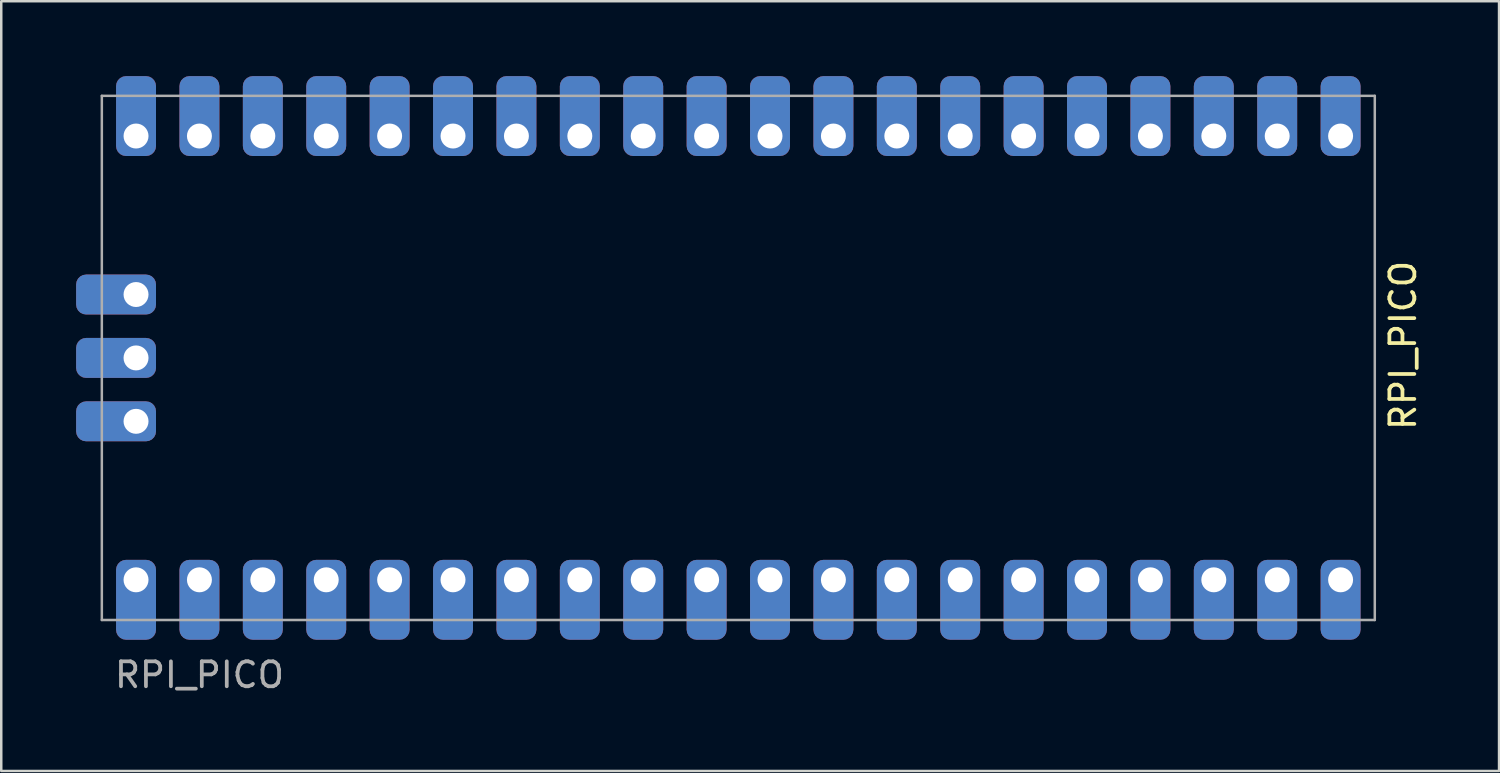
<source format=kicad_pcb>
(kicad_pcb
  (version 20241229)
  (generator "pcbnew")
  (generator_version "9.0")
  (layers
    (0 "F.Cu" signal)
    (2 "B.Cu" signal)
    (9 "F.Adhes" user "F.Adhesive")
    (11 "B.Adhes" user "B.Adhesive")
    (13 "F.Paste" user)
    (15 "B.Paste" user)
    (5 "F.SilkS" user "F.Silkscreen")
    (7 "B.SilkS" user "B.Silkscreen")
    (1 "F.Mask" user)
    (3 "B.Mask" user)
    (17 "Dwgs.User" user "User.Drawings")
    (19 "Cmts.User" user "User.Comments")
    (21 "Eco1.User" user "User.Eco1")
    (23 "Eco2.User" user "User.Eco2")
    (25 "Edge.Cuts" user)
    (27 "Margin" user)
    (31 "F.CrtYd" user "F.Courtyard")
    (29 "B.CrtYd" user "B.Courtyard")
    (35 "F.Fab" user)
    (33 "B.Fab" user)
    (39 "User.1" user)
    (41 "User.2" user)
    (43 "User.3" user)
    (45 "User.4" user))
  (footprint "RPI_PICO"
    (layer "F.Cu")
    (at 27.8 11.29)
    (property "Reference" "RPI_PICO" (at 25.36 -0.5 90) (unlocked yes) (layer "F.SilkS") (effects (font (size 1 1) (thickness 0.15))))
    (attr through_hole)
    (fp_line (start -26.77 -10.5) (end -26.77 10.5) (stroke (width 0.1) (type solid)) (layer "F.Fab"))
    (fp_line (start -26.77 10.5) (end 24.23 10.5) (stroke (width 0.1) (type solid)) (layer "F.Fab"))
    (fp_line (start 24.23 -10.5) (end -26.77 -10.5) (stroke (width 0.1) (type solid)) (layer "F.Fab"))
    (fp_line (start 24.23 10.5) (end 24.23 -10.5) (stroke (width 0.1) (type solid)) (layer "F.Fab"))
    (fp_text user "${REFERENCE}" (at -22.86 12.7 0) (unlocked yes) (layer "F.Fab") (effects (font (size 1 1) (thickness 0.15))))
    (pad "1" thru_hole roundrect (at 22.86 -8.89 180) (size 1.6 3.2) (drill 1 (offset 0 0.8)) (layers "*.Cu" "*.Mask") (roundrect_rratio 0.25))
    (pad "2" thru_hole roundrect (at 20.32 -8.89 180) (size 1.6 3.2) (drill 1 (offset 0 0.8)) (layers "*.Cu" "*.Mask") (roundrect_rratio 0.25))
    (pad "3" thru_hole roundrect (at 17.78 -8.89 180) (size 1.6 3.2) (drill 1 (offset 0 0.8)) (layers "*.Cu" "*.Mask") (roundrect_rratio 0.25))
    (pad "4" thru_hole roundrect (at 15.24 -8.89 180) (size 1.6 3.2) (drill 1 (offset 0 0.8)) (layers "*.Cu" "*.Mask") (roundrect_rratio 0.25))
    (pad "5" thru_hole roundrect (at 12.7 -8.89 180) (size 1.6 3.2) (drill 1 (offset 0 0.8)) (layers "*.Cu" "*.Mask") (roundrect_rratio 0.25))
    (pad "6" thru_hole roundrect (at 10.16 -8.89 180) (size 1.6 3.2) (drill 1 (offset 0 0.8)) (layers "*.Cu" "*.Mask") (roundrect_rratio 0.25))
    (pad "7" thru_hole roundrect (at 7.62 -8.89 180) (size 1.6 3.2) (drill 1 (offset 0 0.8)) (layers "*.Cu" "*.Mask") (roundrect_rratio 0.25))
    (pad "8" thru_hole roundrect (at 5.08 -8.89 180) (size 1.6 3.2) (drill 1 (offset 0 0.8)) (layers "*.Cu" "*.Mask") (roundrect_rratio 0.25))
    (pad "9" thru_hole roundrect (at 2.54 -8.89 180) (size 1.6 3.2) (drill 1 (offset 0 0.8)) (layers "*.Cu" "*.Mask") (roundrect_rratio 0.25))
    (pad "10" thru_hole roundrect (at 0 -8.89 180) (size 1.6 3.2) (drill 1 (offset 0 0.8)) (layers "*.Cu" "*.Mask") (roundrect_rratio 0.25))
    (pad "11" thru_hole roundrect (at -2.54 -8.89 180) (size 1.6 3.2) (drill 1 (offset 0 0.8)) (layers "*.Cu" "*.Mask") (roundrect_rratio 0.25))
    (pad "12" thru_hole roundrect (at -5.08 -8.89 180) (size 1.6 3.2) (drill 1 (offset 0 0.8)) (layers "*.Cu" "*.Mask") (roundrect_rratio 0.25))
    (pad "13" thru_hole roundrect (at -7.62 -8.89 180) (size 1.6 3.2) (drill 1 (offset 0 0.8)) (layers "*.Cu" "*.Mask") (roundrect_rratio 0.25))
    (pad "14" thru_hole roundrect (at -10.16 -8.89 180) (size 1.6 3.2) (drill 1 (offset 0 0.8)) (layers "*.Cu" "*.Mask") (roundrect_rratio 0.25))
    (pad "15" thru_hole roundrect (at -12.7 -8.89 180) (size 1.6 3.2) (drill 1 (offset 0 0.8)) (layers "*.Cu" "*.Mask") (roundrect_rratio 0.25))
    (pad "16" thru_hole roundrect (at -15.24 -8.89 180) (size 1.6 3.2) (drill 1 (offset 0 0.8)) (layers "*.Cu" "*.Mask") (roundrect_rratio 0.25))
    (pad "17" thru_hole roundrect (at -17.78 -8.89 180) (size 1.6 3.2) (drill 1 (offset 0 0.8)) (layers "*.Cu" "*.Mask") (roundrect_rratio 0.25))
    (pad "18" thru_hole roundrect (at -20.32 -8.89 180) (size 1.6 3.2) (drill 1 (offset 0 0.8)) (layers "*.Cu" "*.Mask") (roundrect_rratio 0.25))
    (pad "19" thru_hole roundrect (at -22.86 -8.89 180) (size 1.6 3.2) (drill 1 (offset 0 0.8)) (layers "*.Cu" "*.Mask") (roundrect_rratio 0.25))
    (pad "20" thru_hole roundrect (at -25.4 -8.89 180) (size 1.6 3.2) (drill 1 (offset 0 0.8)) (layers "*.Cu" "*.Mask") (roundrect_rratio 0.25))
    (pad "21" thru_hole roundrect (at -25.4 8.89) (size 1.6 3.2) (drill 1 (offset 0 0.8)) (layers "*.Cu" "*.Mask") (roundrect_rratio 0.25))
    (pad "22" thru_hole roundrect (at -22.86 8.89) (size 1.6 3.2) (drill 1 (offset 0 0.8)) (layers "*.Cu" "*.Mask") (roundrect_rratio 0.25))
    (pad "23" thru_hole roundrect (at -20.32 8.89) (size 1.6 3.2) (drill 1 (offset 0 0.8)) (layers "*.Cu" "*.Mask") (roundrect_rratio 0.25))
    (pad "24" thru_hole roundrect (at -17.78 8.89) (size 1.6 3.2) (drill 1 (offset 0 0.8)) (layers "*.Cu" "*.Mask") (roundrect_rratio 0.25))
    (pad "25" thru_hole roundrect (at -15.24 8.89) (size 1.6 3.2) (drill 1 (offset 0 0.8)) (layers "*.Cu" "*.Mask") (roundrect_rratio 0.25))
    (pad "26" thru_hole roundrect (at -12.7 8.89) (size 1.6 3.2) (drill 1 (offset 0 0.8)) (layers "*.Cu" "*.Mask") (roundrect_rratio 0.25))
    (pad "27" thru_hole roundrect (at -10.16 8.89) (size 1.6 3.2) (drill 1 (offset 0 0.8)) (layers "*.Cu" "*.Mask") (roundrect_rratio 0.25))
    (pad "28" thru_hole roundrect (at -7.62 8.89) (size 1.6 3.2) (drill 1 (offset 0 0.8)) (layers "*.Cu" "*.Mask") (roundrect_rratio 0.25))
    (pad "29" thru_hole roundrect (at -5.08 8.89) (size 1.6 3.2) (drill 1 (offset 0 0.8)) (layers "*.Cu" "*.Mask") (roundrect_rratio 0.25))
    (pad "30" thru_hole roundrect (at -2.54 8.89) (size 1.6 3.2) (drill 1 (offset 0 0.8)) (layers "*.Cu" "*.Mask") (roundrect_rratio 0.25))
    (pad "31" thru_hole roundrect (at 0 8.89) (size 1.6 3.2) (drill 1 (offset 0 0.8)) (layers "*.Cu" "*.Mask") (roundrect_rratio 0.25))
    (pad "32" thru_hole roundrect (at 2.54 8.89) (size 1.6 3.2) (drill 1 (offset 0 0.8)) (layers "*.Cu" "*.Mask") (roundrect_rratio 0.25))
    (pad "33" thru_hole roundrect (at 5.08 8.89) (size 1.6 3.2) (drill 1 (offset 0 0.8)) (layers "*.Cu" "*.Mask") (roundrect_rratio 0.25))
    (pad "34" thru_hole roundrect (at 7.62 8.89) (size 1.6 3.2) (drill 1 (offset 0 0.8)) (layers "*.Cu" "*.Mask") (roundrect_rratio 0.25))
    (pad "35" thru_hole roundrect (at 10.16 8.89) (size 1.6 3.2) (drill 1 (offset 0 0.8)) (layers "*.Cu" "*.Mask") (roundrect_rratio 0.25))
    (pad "36" thru_hole roundrect (at 12.7 8.89) (size 1.6 3.2) (drill 1 (offset 0 0.8)) (layers "*.Cu" "*.Mask") (roundrect_rratio 0.25))
    (pad "37" thru_hole roundrect (at 15.24 8.89) (size 1.6 3.2) (drill 1 (offset 0 0.8)) (layers "*.Cu" "*.Mask") (roundrect_rratio 0.25))
    (pad "38" thru_hole roundrect (at 17.78 8.89) (size 1.6 3.2) (drill 1 (offset 0 0.8)) (layers "*.Cu" "*.Mask") (roundrect_rratio 0.25))
    (pad "39" thru_hole roundrect (at 20.32 8.89) (size 1.6 3.2) (drill 1 (offset 0 0.8)) (layers "*.Cu" "*.Mask") (roundrect_rratio 0.25))
    (pad "40" thru_hole roundrect (at 22.86 8.89) (size 1.6 3.2) (drill 1 (offset 0 0.8)) (layers "*.Cu" "*.Mask") (roundrect_rratio 0.25))
    (pad "41" thru_hole roundrect (at -25.4 -2.54 270) (size 1.6 3.2) (drill 1 (offset 0 0.8)) (layers "*.Cu" "*.Mask") (roundrect_rratio 0.25))
    (pad "42" thru_hole roundrect (at -25.4 0 270) (size 1.6 3.2) (drill 1 (offset 0 0.8)) (layers "*.Cu" "*.Mask") (roundrect_rratio 0.25))
    (pad "43" thru_hole roundrect (at -25.4 2.54 270) (size 1.6 3.2) (drill 1 (offset 0 0.8)) (layers "*.Cu" "*.Mask") (roundrect_rratio 0.25)))
  (gr_rect
    (start -3 -3)
    (end 57.008 27.838)
    (stroke (width 0.1) (type default))
    (fill no)
    (layer "Edge.Cuts")))
</source>
